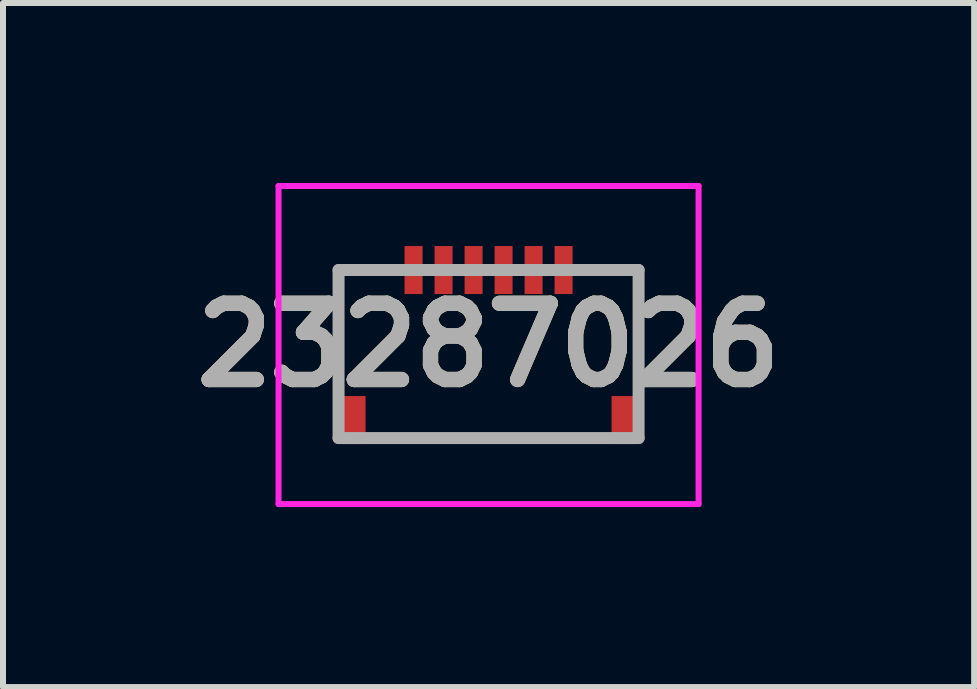
<source format=kicad_pcb>
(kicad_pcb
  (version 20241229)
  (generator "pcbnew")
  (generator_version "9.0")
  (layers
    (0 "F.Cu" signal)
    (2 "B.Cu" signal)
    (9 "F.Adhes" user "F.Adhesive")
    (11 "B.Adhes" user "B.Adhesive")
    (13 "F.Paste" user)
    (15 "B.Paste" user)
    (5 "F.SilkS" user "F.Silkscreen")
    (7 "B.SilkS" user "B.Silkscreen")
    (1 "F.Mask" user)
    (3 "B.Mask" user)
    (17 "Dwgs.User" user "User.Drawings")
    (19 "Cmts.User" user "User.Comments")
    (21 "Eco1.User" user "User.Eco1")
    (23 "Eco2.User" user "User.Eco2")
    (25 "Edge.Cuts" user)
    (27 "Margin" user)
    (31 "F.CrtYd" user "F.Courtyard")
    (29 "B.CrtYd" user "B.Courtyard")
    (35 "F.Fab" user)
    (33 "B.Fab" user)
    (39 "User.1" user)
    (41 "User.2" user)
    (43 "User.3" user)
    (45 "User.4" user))
  (footprint "23287026"
    (layer "F.Cu")
    (at 5.092 2.85)
    (property "Reference" "23287026" (at 0 -0.15 0) (layer "F.SilkS") (effects (font (size 1.27 1.27) (thickness 0.254))))
    (attr smd)
    (fp_line (start -2.5 -1.4) (end -2.5 0.2) (stroke (width 0.1) (type solid)) (layer "F.SilkS"))
    (fp_line (start -2 -1.4) (end -2.5 -1.4) (stroke (width 0.1) (type solid)) (layer "F.SilkS"))
    (fp_line (start -1.5 1.4) (end 1.5 1.4) (stroke (width 0.1) (type solid)) (layer "F.SilkS"))
    (fp_line (start 2 -1.4) (end 2.5 -1.4) (stroke (width 0.1) (type solid)) (layer "F.SilkS"))
    (fp_line (start 2.5 -1.4) (end 2.5 0.2) (stroke (width 0.1) (type solid)) (layer "F.SilkS"))
    (fp_line (start -3.5 -2.8) (end 3.5 -2.8) (stroke (width 0.1) (type solid)) (layer "F.CrtYd"))
    (fp_line (start -3.5 2.5) (end -3.5 -2.8) (stroke (width 0.1) (type solid)) (layer "F.CrtYd"))
    (fp_line (start 3.5 -2.8) (end 3.5 2.5) (stroke (width 0.1) (type solid)) (layer "F.CrtYd"))
    (fp_line (start 3.5 2.5) (end -3.5 2.5) (stroke (width 0.1) (type solid)) (layer "F.CrtYd"))
    (fp_line (start -2.5 -1.4) (end 2.5 -1.4) (stroke (width 0.2) (type solid)) (layer "F.Fab"))
    (fp_line (start -2.5 1.4) (end -2.5 -1.4) (stroke (width 0.2) (type solid)) (layer "F.Fab"))
    (fp_line (start 2.5 -1.4) (end 2.5 1.4) (stroke (width 0.2) (type solid)) (layer "F.Fab"))
    (fp_line (start 2.5 1.4) (end -2.5 1.4) (stroke (width 0.2) (type solid)) (layer "F.Fab"))
    (fp_text user "${REFERENCE}" (at 0 -0.15 0) (layer "F.Fab") (effects (font (size 1.27 1.27) (thickness 0.254))))
    (pad "1" smd rect (at 1.25 -1.4) (size 0.3 0.8) (layers "F.Cu" "F.Mask" "F.Paste"))
    (pad "2" smd rect (at 0.75 -1.4) (size 0.3 0.8) (layers "F.Cu" "F.Mask" "F.Paste"))
    (pad "3" smd rect (at 0.25 -1.4) (size 0.3 0.8) (layers "F.Cu" "F.Mask" "F.Paste"))
    (pad "4" smd rect (at -0.25 -1.4) (size 0.3 0.8) (layers "F.Cu" "F.Mask" "F.Paste"))
    (pad "5" smd rect (at -0.75 -1.4) (size 0.3 0.8) (layers "F.Cu" "F.Mask" "F.Paste"))
    (pad "6" smd rect (at -1.25 -1.4) (size 0.3 0.8) (layers "F.Cu" "F.Mask" "F.Paste"))
    (pad "MP1" smd rect (at -2.25 1.1) (size 0.4 0.8) (layers "F.Cu" "F.Mask" "F.Paste"))
    (pad "MP2" smd rect (at 2.25 1.1) (size 0.4 0.8) (layers "F.Cu" "F.Mask" "F.Paste")))
  (gr_rect
    (start -3 -3)
    (end 13.184 8.4)
    (stroke (width 0.1) (type default))
    (fill no)
    (layer "Edge.Cuts")))
</source>
